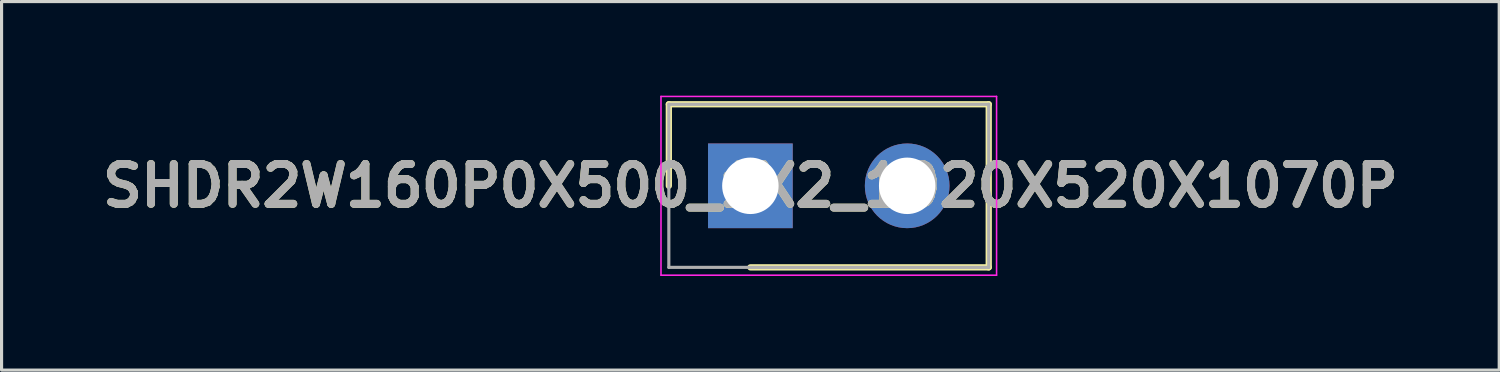
<source format=kicad_pcb>
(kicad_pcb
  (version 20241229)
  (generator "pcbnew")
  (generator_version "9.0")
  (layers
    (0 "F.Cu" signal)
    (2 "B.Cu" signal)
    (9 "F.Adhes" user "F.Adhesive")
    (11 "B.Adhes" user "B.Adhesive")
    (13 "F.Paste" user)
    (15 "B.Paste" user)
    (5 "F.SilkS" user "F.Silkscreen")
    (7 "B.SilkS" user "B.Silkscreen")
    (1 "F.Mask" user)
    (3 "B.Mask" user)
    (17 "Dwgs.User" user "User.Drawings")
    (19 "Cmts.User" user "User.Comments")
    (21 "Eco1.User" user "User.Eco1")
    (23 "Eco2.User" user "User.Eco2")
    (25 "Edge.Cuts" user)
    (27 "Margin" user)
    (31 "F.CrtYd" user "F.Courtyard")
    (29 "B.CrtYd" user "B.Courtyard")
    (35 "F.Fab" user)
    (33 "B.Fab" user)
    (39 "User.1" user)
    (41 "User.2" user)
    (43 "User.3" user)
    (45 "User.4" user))
  (footprint "SHDR2W160P0X500_1X2_1020X520X1070P"
    (layer "F.Cu")
    (at 20.876 2.875)
    (property "Reference" "SHDR2W160P0X500_1X2_1020X520X1070P" (at 0 0 0) (layer "F.SilkS") (effects (font (size 1.27 1.27) (thickness 0.254))))
    (attr through_hole)
    (fp_line (start -2.6 -2.6) (end -2.6 0) (stroke (width 0.2) (type solid)) (layer "F.SilkS"))
    (fp_line (start 0 2.6) (end 7.6 2.6) (stroke (width 0.2) (type solid)) (layer "F.SilkS"))
    (fp_line (start 7.6 -2.6) (end -2.6 -2.6) (stroke (width 0.2) (type solid)) (layer "F.SilkS"))
    (fp_line (start 7.6 2.6) (end 7.6 -2.6) (stroke (width 0.2) (type solid)) (layer "F.SilkS"))
    (fp_line (start -2.85 -2.85) (end 7.85 -2.85) (stroke (width 0.05) (type solid)) (layer "F.CrtYd"))
    (fp_line (start -2.85 2.85) (end -2.85 -2.85) (stroke (width 0.05) (type solid)) (layer "F.CrtYd"))
    (fp_line (start 7.85 -2.85) (end 7.85 2.85) (stroke (width 0.05) (type solid)) (layer "F.CrtYd"))
    (fp_line (start 7.85 2.85) (end -2.85 2.85) (stroke (width 0.05) (type solid)) (layer "F.CrtYd"))
    (fp_line (start -2.6 -2.6) (end 7.6 -2.6) (stroke (width 0.1) (type solid)) (layer "F.Fab"))
    (fp_line (start -2.6 2.6) (end -2.6 -2.6) (stroke (width 0.1) (type solid)) (layer "F.Fab"))
    (fp_line (start 7.6 -2.6) (end 7.6 2.6) (stroke (width 0.1) (type solid)) (layer "F.Fab"))
    (fp_line (start 7.6 2.6) (end -2.6 2.6) (stroke (width 0.1) (type solid)) (layer "F.Fab"))
    (fp_text user "${REFERENCE}" (at 0 0 0) (layer "F.Fab") (effects (font (size 1.27 1.27) (thickness 0.254))))
    (pad "1" thru_hole rect (at 0 0) (size 2.7 2.7) (drill 1.8) (layers "*.Cu" "*.Mask"))
    (pad "2" thru_hole circle (at 5 0) (size 2.7 2.7) (drill 1.8) (layers "*.Cu" "*.Mask")))
  (gr_rect
    (start -3 -3)
    (end 44.753 8.75)
    (stroke (width 0.1) (type default))
    (fill no)
    (layer "Edge.Cuts")))
</source>
